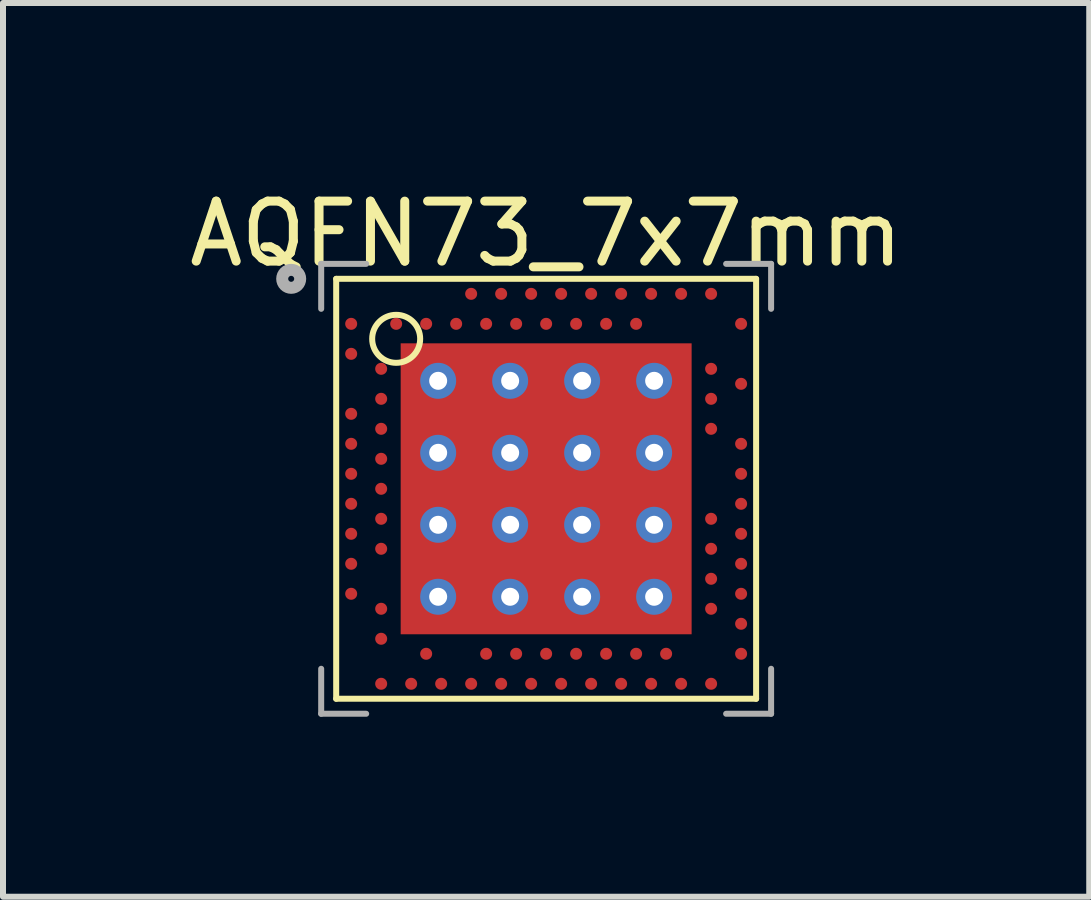
<source format=kicad_pcb>
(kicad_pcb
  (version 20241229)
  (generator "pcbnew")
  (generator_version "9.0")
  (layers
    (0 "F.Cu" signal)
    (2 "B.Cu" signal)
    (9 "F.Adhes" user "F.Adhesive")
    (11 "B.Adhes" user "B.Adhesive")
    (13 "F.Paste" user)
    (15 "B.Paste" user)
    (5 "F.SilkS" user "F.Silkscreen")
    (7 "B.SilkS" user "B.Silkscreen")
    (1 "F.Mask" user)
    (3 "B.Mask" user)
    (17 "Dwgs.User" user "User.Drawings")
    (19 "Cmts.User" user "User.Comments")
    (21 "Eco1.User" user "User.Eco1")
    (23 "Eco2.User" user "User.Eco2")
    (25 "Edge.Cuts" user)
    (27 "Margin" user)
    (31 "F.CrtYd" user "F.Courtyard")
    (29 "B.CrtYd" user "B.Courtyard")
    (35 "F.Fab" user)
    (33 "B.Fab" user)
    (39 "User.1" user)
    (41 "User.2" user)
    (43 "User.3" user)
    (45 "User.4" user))
  (footprint "AQFN73_7x7mm"
    (layer "F.Cu")
    (at 6.054 5.098)
    (property "Reference" "AQFN73_7x7mm" (at 0 -4.25 0) (layer "F.SilkS") (effects (font (size 1 1) (thickness 0.15))))
    (attr through_hole)
    (fp_line (start -3.5 -3.5) (end 3.5 -3.5) (stroke (width 0.1) (type solid)) (layer "F.SilkS"))
    (fp_line (start -3.5 3.5) (end -3.5 -3.5) (stroke (width 0.1) (type solid)) (layer "F.SilkS"))
    (fp_line (start -3.5 3.5) (end 3.5 3.5) (stroke (width 0.1) (type solid)) (layer "F.SilkS"))
    (fp_line (start 3.5 3.5) (end 3.5 -3.5) (stroke (width 0.1) (type solid)) (layer "F.SilkS"))
    (fp_circle (center -2.5 -2.5) (end -2.5 -2.9) (stroke (width 0.1) (type solid)) (fill no) (layer "F.SilkS"))
    (fp_line (start -3.75 -3.75) (end -3.75 -3) (stroke (width 0.1) (type solid)) (layer "F.Fab"))
    (fp_line (start -3.75 3.75) (end -3.75 3) (stroke (width 0.1) (type solid)) (layer "F.Fab"))
    (fp_line (start -3 -3.75) (end -3.75 -3.75) (stroke (width 0.1) (type solid)) (layer "F.Fab"))
    (fp_line (start -3 3.75) (end -3.75 3.75) (stroke (width 0.1) (type solid)) (layer "F.Fab"))
    (fp_line (start 3 -3.75) (end 3.75 -3.75) (stroke (width 0.1) (type solid)) (layer "F.Fab"))
    (fp_line (start 3 3.75) (end 3.75 3.75) (stroke (width 0.1) (type solid)) (layer "F.Fab"))
    (fp_line (start 3.75 -3) (end 3.75 -3.75) (stroke (width 0.1) (type solid)) (layer "F.Fab"))
    (fp_line (start 3.75 3) (end 3.75 3.75) (stroke (width 0.1) (type solid)) (layer "F.Fab"))
    (fp_circle (center -4.25 -3.5) (end -4.4 -3.5) (stroke (width 0.2) (type solid)) (fill no) (layer "F.Fab"))
    (pad "74" thru_hole circle (at -1.8 -1.8) (size 0.6 0.6) (drill 0.3) (layers "*.Cu"))
    (pad "74" thru_hole circle (at -1.8 -0.6) (size 0.6 0.6) (drill 0.3) (layers "*.Cu"))
    (pad "74" thru_hole circle (at -1.8 0.6) (size 0.6 0.6) (drill 0.3) (layers "*.Cu"))
    (pad "74" thru_hole circle (at -1.8 1.8) (size 0.6 0.6) (drill 0.3) (layers "*.Cu"))
    (pad "74" thru_hole circle (at -0.6 -1.8) (size 0.6 0.6) (drill 0.3) (layers "*.Cu"))
    (pad "74" thru_hole circle (at -0.6 -0.6) (size 0.6 0.6) (drill 0.3) (layers "*.Cu"))
    (pad "74" thru_hole circle (at -0.6 0.6) (size 0.6 0.6) (drill 0.3) (layers "*.Cu"))
    (pad "74" thru_hole circle (at -0.6 1.8) (size 0.6 0.6) (drill 0.3) (layers "*.Cu"))
    (pad "74" smd rect (at 0 0) (size 4.85 4.85) (layers "F.Cu" "F.Mask" "F.Paste"))
    (pad "74" thru_hole circle (at 0.6 -1.8) (size 0.6 0.6) (drill 0.3) (layers "*.Cu"))
    (pad "74" thru_hole circle (at 0.6 -0.6) (size 0.6 0.6) (drill 0.3) (layers "*.Cu"))
    (pad "74" thru_hole circle (at 0.6 0.6) (size 0.6 0.6) (drill 0.3) (layers "*.Cu"))
    (pad "74" thru_hole circle (at 0.6 1.8) (size 0.6 0.6) (drill 0.3) (layers "*.Cu"))
    (pad "74" thru_hole circle (at 1.8 -1.8) (size 0.6 0.6) (drill 0.3) (layers "*.Cu"))
    (pad "74" thru_hole circle (at 1.8 -0.6) (size 0.6 0.6) (drill 0.3) (layers "*.Cu"))
    (pad "74" thru_hole circle (at 1.8 0.6) (size 0.6 0.6) (drill 0.3) (layers "*.Cu"))
    (pad "74" thru_hole circle (at 1.8 1.8) (size 0.6 0.6) (drill 0.3) (layers "*.Cu"))
    (pad "A8" smd circle (at -1.25 -3.25) (size 0.2 0.2) (layers "F.Cu" "F.Mask" "F.Paste"))
    (pad "A10" smd circle (at -0.75 -3.25) (size 0.2 0.2) (layers "F.Cu" "F.Mask" "F.Paste"))
    (pad "A12" smd circle (at -0.25 -3.25) (size 0.2 0.2) (layers "F.Cu" "F.Mask" "F.Paste"))
    (pad "A14" smd circle (at 0.25 -3.25) (size 0.2 0.2) (layers "F.Cu" "F.Mask" "F.Paste"))
    (pad "A16" smd circle (at 0.75 -3.25) (size 0.2 0.2) (layers "F.Cu" "F.Mask" "F.Paste"))
    (pad "A18" smd circle (at 1.25 -3.25) (size 0.2 0.2) (layers "F.Cu" "F.Mask" "F.Paste"))
    (pad "A20" smd circle (at 1.75 -3.25) (size 0.2 0.2) (layers "F.Cu" "F.Mask" "F.Paste"))
    (pad "A22" smd circle (at 2.25 -3.25) (size 0.2 0.2) (layers "F.Cu" "F.Mask" "F.Paste"))
    (pad "A23" smd circle (at 2.75 -3.25) (size 0.2 0.2) (layers "F.Cu" "F.Mask" "F.Paste"))
    (pad "AA24" smd circle (at 3.25 2.25) (size 0.2 0.2) (layers "F.Cu" "F.Mask" "F.Paste"))
    (pad "AB2" smd circle (at -2.75 2.5) (size 0.2 0.2) (layers "F.Cu" "F.Mask" "F.Paste"))
    (pad "AC5" smd circle (at -2 2.75) (size 0.2 0.2) (layers "F.Cu" "F.Mask" "F.Paste"))
    (pad "AC9" smd circle (at -1 2.75) (size 0.2 0.2) (layers "F.Cu" "F.Mask" "F.Paste"))
    (pad "AC11" smd circle (at -0.5 2.75) (size 0.2 0.2) (layers "F.Cu" "F.Mask" "F.Paste"))
    (pad "AC13" smd circle (at 0 2.75) (size 0.2 0.2) (layers "F.Cu" "F.Mask" "F.Paste"))
    (pad "AC15" smd circle (at 0.5 2.75) (size 0.2 0.2) (layers "F.Cu" "F.Mask" "F.Paste"))
    (pad "AC17" smd circle (at 1 2.75) (size 0.2 0.2) (layers "F.Cu" "F.Mask" "F.Paste"))
    (pad "AC19" smd circle (at 1.5 2.75) (size 0.2 0.2) (layers "F.Cu" "F.Mask" "F.Paste"))
    (pad "AC21" smd circle (at 2 2.75) (size 0.2 0.2) (layers "F.Cu" "F.Mask" "F.Paste"))
    (pad "AC24" smd circle (at 3.25 2.75) (size 0.2 0.2) (layers "F.Cu" "F.Mask" "F.Paste"))
    (pad "AD2" smd circle (at -2.75 3.25) (size 0.2 0.2) (layers "F.Cu" "F.Mask" "F.Paste"))
    (pad "AD4" smd circle (at -2.25 3.25) (size 0.2 0.2) (layers "F.Cu" "F.Mask" "F.Paste"))
    (pad "AD6" smd circle (at -1.75 3.25) (size 0.2 0.2) (layers "F.Cu" "F.Mask" "F.Paste"))
    (pad "AD8" smd circle (at -1.25 3.25) (size 0.2 0.2) (layers "F.Cu" "F.Mask" "F.Paste"))
    (pad "AD10" smd circle (at -0.75 3.25) (size 0.2 0.2) (layers "F.Cu" "F.Mask" "F.Paste"))
    (pad "AD12" smd circle (at -0.25 3.25) (size 0.2 0.2) (layers "F.Cu" "F.Mask" "F.Paste"))
    (pad "AD14" smd circle (at 0.25 3.25) (size 0.2 0.2) (layers "F.Cu" "F.Mask" "F.Paste"))
    (pad "AD16" smd circle (at 0.75 3.25) (size 0.2 0.2) (layers "F.Cu" "F.Mask" "F.Paste"))
    (pad "AD18" smd circle (at 1.25 3.25) (size 0.2 0.2) (layers "F.Cu" "F.Mask" "F.Paste"))
    (pad "AD20" smd circle (at 1.75 3.25) (size 0.2 0.2) (layers "F.Cu" "F.Mask" "F.Paste"))
    (pad "AD22" smd circle (at 2.25 3.25) (size 0.2 0.2) (layers "F.Cu" "F.Mask" "F.Paste"))
    (pad "AD23" smd circle (at 2.75 3.25) (size 0.2 0.2) (layers "F.Cu" "F.Mask" "F.Paste"))
    (pad "B1" smd circle (at -3.25 -2.75) (size 0.2 0.2) (layers "F.Cu" "F.Mask" "F.Paste"))
    (pad "B3" smd circle (at -2.5 -2.75) (size 0.2 0.2) (layers "F.Cu" "F.Mask" "F.Paste"))
    (pad "B5" smd circle (at -2 -2.75) (size 0.2 0.2) (layers "F.Cu" "F.Mask" "F.Paste"))
    (pad "B7" smd circle (at -1.5 -2.75) (size 0.2 0.2) (layers "F.Cu" "F.Mask" "F.Paste"))
    (pad "B9" smd circle (at -1 -2.75) (size 0.2 0.2) (layers "F.Cu" "F.Mask" "F.Paste"))
    (pad "B11" smd circle (at -0.5 -2.75) (size 0.2 0.2) (layers "F.Cu" "F.Mask" "F.Paste"))
    (pad "B13" smd circle (at 0 -2.75) (size 0.2 0.2) (layers "F.Cu" "F.Mask" "F.Paste"))
    (pad "B15" smd circle (at 0.5 -2.75) (size 0.2 0.2) (layers "F.Cu" "F.Mask" "F.Paste"))
    (pad "B17" smd circle (at 1 -2.75) (size 0.2 0.2) (layers "F.Cu" "F.Mask" "F.Paste"))
    (pad "B19" smd circle (at 1.5 -2.75) (size 0.2 0.2) (layers "F.Cu" "F.Mask" "F.Paste"))
    (pad "B24" smd circle (at 3.25 -2.75) (size 0.2 0.2) (layers "F.Cu" "F.Mask" "F.Paste"))
    (pad "C1" smd circle (at -3.25 -2.25) (size 0.2 0.2) (layers "F.Cu" "F.Mask" "F.Paste"))
    (pad "D2" smd circle (at -2.75 -2) (size 0.2 0.2) (layers "F.Cu" "F.Mask" "F.Paste"))
    (pad "D23" smd circle (at 2.75 -2) (size 0.2 0.2) (layers "F.Cu" "F.Mask" "F.Paste"))
    (pad "E24" smd circle (at 3.25 -1.75) (size 0.2 0.2) (layers "F.Cu" "F.Mask" "F.Paste"))
    (pad "F2" smd circle (at -2.75 -1.5) (size 0.2 0.2) (layers "F.Cu" "F.Mask" "F.Paste"))
    (pad "F23" smd circle (at 2.75 -1.5) (size 0.2 0.2) (layers "F.Cu" "F.Mask" "F.Paste"))
    (pad "G1" smd circle (at -3.25 -1.25) (size 0.2 0.2) (layers "F.Cu" "F.Mask" "F.Paste"))
    (pad "H2" smd circle (at -2.75 -1) (size 0.2 0.2) (layers "F.Cu" "F.Mask" "F.Paste"))
    (pad "H23" smd circle (at 2.75 -1) (size 0.2 0.2) (layers "F.Cu" "F.Mask" "F.Paste"))
    (pad "J1" smd circle (at -3.25 -0.75) (size 0.2 0.2) (layers "F.Cu" "F.Mask" "F.Paste"))
    (pad "J24" smd circle (at 3.25 -0.75) (size 0.2 0.2) (layers "F.Cu" "F.Mask" "F.Paste"))
    (pad "K2" smd circle (at -2.75 -0.5) (size 0.2 0.2) (layers "F.Cu" "F.Mask" "F.Paste"))
    (pad "L1" smd circle (at -3.25 -0.25) (size 0.2 0.2) (layers "F.Cu" "F.Mask" "F.Paste"))
    (pad "L24" smd circle (at 3.25 -0.25) (size 0.2 0.2) (layers "F.Cu" "F.Mask" "F.Paste"))
    (pad "M2" smd circle (at -2.75 0) (size 0.2 0.2) (layers "F.Cu" "F.Mask" "F.Paste"))
    (pad "N1" smd circle (at -3.25 0.25) (size 0.2 0.2) (layers "F.Cu" "F.Mask" "F.Paste"))
    (pad "N24" smd circle (at 3.25 0.25) (size 0.2 0.2) (layers "F.Cu" "F.Mask" "F.Paste"))
    (pad "P2" smd circle (at -2.75 0.5) (size 0.2 0.2) (layers "F.Cu" "F.Mask" "F.Paste"))
    (pad "P23" smd circle (at 2.75 0.5) (size 0.2 0.2) (layers "F.Cu" "F.Mask" "F.Paste"))
    (pad "R1" smd circle (at -3.25 0.75) (size 0.2 0.2) (layers "F.Cu" "F.Mask" "F.Paste"))
    (pad "R24" smd circle (at 3.25 0.75) (size 0.2 0.2) (layers "F.Cu" "F.Mask" "F.Paste"))
    (pad "T2" smd circle (at -2.75 1) (size 0.2 0.2) (layers "F.Cu" "F.Mask" "F.Paste"))
    (pad "T23" smd circle (at 2.75 1) (size 0.2 0.2) (layers "F.Cu" "F.Mask" "F.Paste"))
    (pad "U1" smd circle (at -3.25 1.25) (size 0.2 0.2) (layers "F.Cu" "F.Mask" "F.Paste"))
    (pad "U24" smd circle (at 3.25 1.25) (size 0.2 0.2) (layers "F.Cu" "F.Mask" "F.Paste"))
    (pad "V23" smd circle (at 2.75 1.5) (size 0.2 0.2) (layers "F.Cu" "F.Mask" "F.Paste"))
    (pad "W1" smd circle (at -3.25 1.75) (size 0.2 0.2) (layers "F.Cu" "F.Mask" "F.Paste"))
    (pad "W24" smd circle (at 3.25 1.75) (size 0.2 0.2) (layers "F.Cu" "F.Mask" "F.Paste"))
    (pad "Y2" smd circle (at -2.75 2) (size 0.2 0.2) (layers "F.Cu" "F.Mask" "F.Paste"))
    (pad "Y23" smd circle (at 2.75 2) (size 0.2 0.2) (layers "F.Cu" "F.Mask" "F.Paste")))
  (gr_rect
    (start -3 -3)
    (end 15.107 11.898)
    (stroke (width 0.1) (type default))
    (fill no)
    (layer "Edge.Cuts")))
</source>
